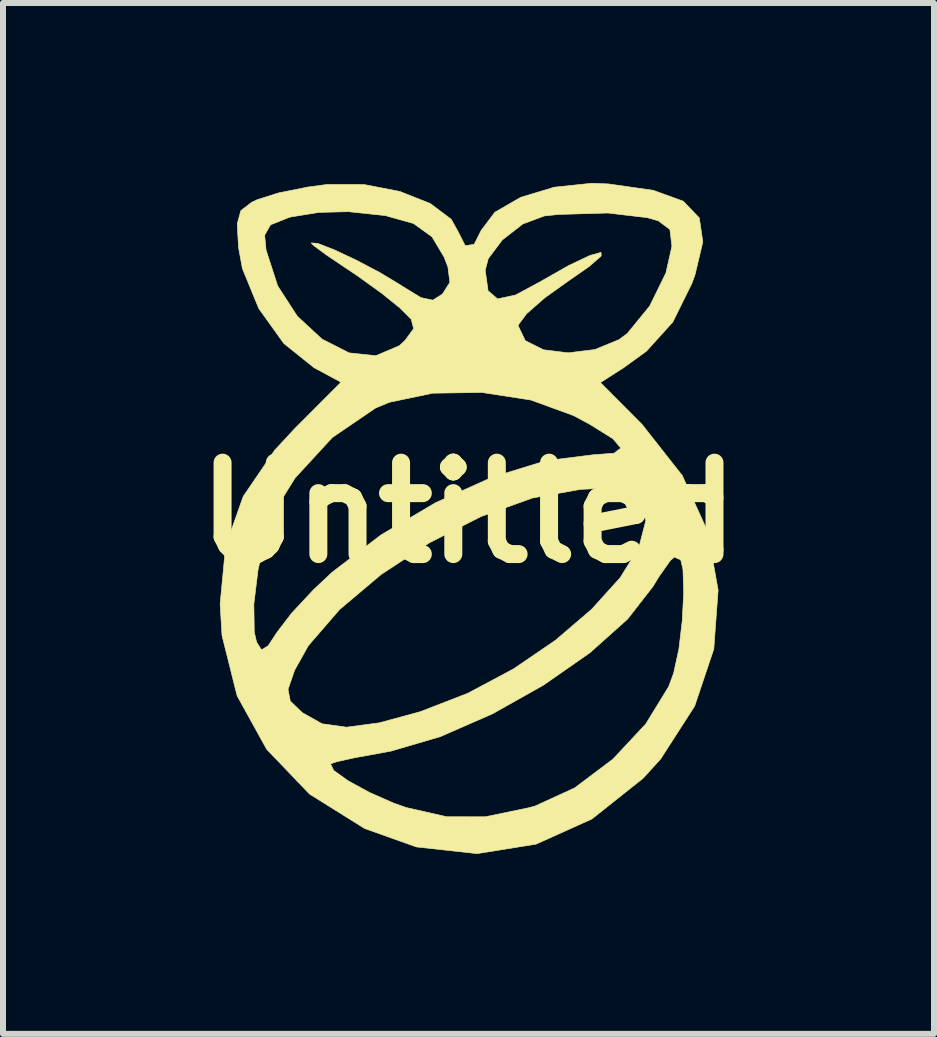
<source format=kicad_pcb>
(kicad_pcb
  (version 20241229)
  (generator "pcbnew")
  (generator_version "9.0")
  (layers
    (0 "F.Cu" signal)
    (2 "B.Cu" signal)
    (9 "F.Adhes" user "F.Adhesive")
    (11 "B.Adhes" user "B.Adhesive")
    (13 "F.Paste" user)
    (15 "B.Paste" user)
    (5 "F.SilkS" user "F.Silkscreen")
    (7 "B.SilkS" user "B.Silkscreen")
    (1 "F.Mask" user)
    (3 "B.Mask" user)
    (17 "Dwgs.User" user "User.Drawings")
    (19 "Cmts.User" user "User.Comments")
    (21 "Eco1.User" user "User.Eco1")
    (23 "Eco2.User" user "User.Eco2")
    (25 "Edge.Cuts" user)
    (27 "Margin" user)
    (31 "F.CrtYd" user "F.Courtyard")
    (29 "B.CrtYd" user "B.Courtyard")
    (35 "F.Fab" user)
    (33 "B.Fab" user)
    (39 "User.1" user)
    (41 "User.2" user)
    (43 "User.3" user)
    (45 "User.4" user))
  (footprint "Untitled"
    (layer "F.Cu")
    (at 4.761 5.498)
    (property "Reference" "Untitled" (at 0 0 0) (layer "F.SilkS") (effects (font (size 1.524 1.524) (thickness 0.3))))
    (attr through_hole)
    (fp_poly (pts (xy 2.331 -5.482) (xy 3.081 -5.375) (xy 3.579 -5.194) (xy 3.847 -4.916) (xy 3.906 -4.515) (xy 3.776 -3.967) (xy 3.724 -3.824) (xy 3.406 -3.18) (xy 2.968 -2.695) (xy 2.583 -2.416) (xy 2.198 -2.17) (xy 2.895 -1.47) (xy 3.564 -0.619) (xy 3.986 0.313) (xy 4.161 1.289) (xy 4.089 2.272) (xy 3.77 3.223) (xy 3.203 4.105) (xy 2.909 4.428) (xy 2.056 5.106) (xy 1.126 5.525) (xy 0.143 5.683) (xy -0.868 5.572) (xy -1.731 5.265) (xy -2.651 4.69) (xy -3.132 4.187) (xy -2.301 4.187) (xy -2.248 4.296) (xy -2.009 4.468) (xy -1.653 4.662) (xy -1.251 4.84) (xy -1.038 4.915) (xy -0.365 5.068) (xy 0.279 5.069) (xy 1.014 4.916) (xy 1.114 4.888) (xy 1.77 4.587) (xy 2.408 4.107) (xy 2.955 3.521) (xy 3.336 2.9) (xy 3.419 2.676) (xy 3.507 2.274) (xy 3.563 1.8) (xy 3.587 1.333) (xy 3.575 0.947) (xy 3.524 0.721) (xy 3.486 0.691) (xy 3.361 0.801) (xy 3.167 1.077) (xy 3.076 1.228) (xy 2.653 1.772) (xy 2.024 2.334) (xy 1.251 2.873) (xy 0.398 3.353) (xy -0.471 3.733) (xy -1.293 3.974) (xy -1.449 4.003) (xy -1.886 4.082) (xy -2.198 4.151) (xy -2.301 4.187) (xy -3.132 4.187) (xy -3.365 3.944) (xy -3.857 3.054) (xy -3.885 2.945) (xy -3.009 2.945) (xy -2.972 3.139) (xy -2.771 3.333) (xy -2.442 3.518) (xy -2.034 3.575) (xy -1.491 3.503) (xy -0.808 3.318) (xy -0.013 3.01) (xy 0.752 2.602) (xy 1.452 2.124) (xy 2.055 1.607) (xy 2.529 1.082) (xy 2.839 0.581) (xy 2.955 0.133) (xy 2.889 -0.156) (xy 2.773 -0.314) (xy 2.591 -0.392) (xy 2.269 -0.409) (xy 1.863 -0.389) (xy 1.067 -0.246) (xy 0.209 0.063) (xy -0.652 0.501) (xy -1.458 1.03) (xy -2.151 1.615) (xy -2.671 2.217) (xy -2.901 2.628) (xy -3.009 2.945) (xy -3.885 2.945) (xy -4.11 2.046) (xy -4.141 1.522) (xy -3.579 1.522) (xy -3.572 1.989) (xy -3.533 2.157) (xy -3.451 2.287) (xy -3.34 2.217) (xy -3.189 1.988) (xy -2.947 1.672) (xy -2.582 1.281) (xy -2.275 0.993) (xy -1.461 0.371) (xy -0.55 -0.167) (xy 0.39 -0.59) (xy 1.288 -0.867) (xy 2.074 -0.966) (xy 2.074 -0.966) (xy 2.426 -0.992) (xy 2.539 -1.078) (xy 2.408 -1.233) (xy 2.027 -1.471) (xy 1.75 -1.62) (xy 1.04 -1.879) (xy 0.224 -2.005) (xy -0.596 -1.993) (xy -1.322 -1.841) (xy -1.551 -1.745) (xy -2.27 -1.255) (xy -2.891 -0.58) (xy -3.199 -0.086) (xy -3.378 0.382) (xy -3.509 0.952) (xy -3.579 1.522) (xy -4.141 1.522) (xy -4.141 1.518) (xy -4.05 0.559) (xy -3.756 -0.272) (xy -3.232 -1.042) (xy -2.902 -1.398) (xy -2.126 -2.176) (xy -2.575 -2.418) (xy -3.079 -2.822) (xy -3.497 -3.405) (xy -3.77 -4.071) (xy -3.834 -4.421) (xy -3.846 -4.627) (xy -3.399 -4.627) (xy -3.375 -4.379) (xy -3.182 -3.782) (xy -2.855 -3.277) (xy -2.443 -2.895) (xy -1.99 -2.665) (xy -1.545 -2.618) (xy -1.152 -2.785) (xy -1.057 -2.875) (xy -0.915 -3.069) (xy -0.956 -3.227) (xy -1.139 -3.41) (xy -1.445 -3.657) (xy -1.856 -3.953) (xy -2.036 -4.073) (xy -2.37 -4.298) (xy -2.583 -4.456) (xy -2.623 -4.498) (xy -2.515 -4.491) (xy -2.24 -4.384) (xy -1.871 -4.211) (xy -1.482 -4.006) (xy -1.147 -3.805) (xy -1.117 -3.784) (xy -0.793 -3.586) (xy -0.596 -3.544) (xy -0.439 -3.643) (xy -0.432 -3.65) (xy -0.311 -3.841) (xy -0.337 -4.044) (xy 0.278 -4.044) (xy 0.326 -3.7) (xy 0.484 -3.565) (xy 0.784 -3.63) (xy 1.186 -3.846) (xy 1.673 -4.123) (xy 2.021 -4.288) (xy 2.209 -4.341) (xy 2.212 -4.28) (xy 2.007 -4.102) (xy 1.691 -3.883) (xy 1.273 -3.585) (xy 0.967 -3.317) (xy 0.83 -3.132) (xy 0.828 -3.116) (xy 0.946 -2.869) (xy 1.249 -2.717) (xy 1.661 -2.666) (xy 2.107 -2.721) (xy 2.51 -2.887) (xy 2.648 -2.99) (xy 3.02 -3.446) (xy 3.291 -3.998) (xy 3.391 -4.445) (xy 3.357 -4.722) (xy 3.164 -4.867) (xy 2.982 -4.919) (xy 2.322 -4.997) (xy 1.503 -4.973) (xy 1.264 -4.948) (xy 0.905 -4.814) (xy 0.563 -4.548) (xy 0.329 -4.236) (xy 0.278 -4.044) (xy -0.337 -4.044) (xy -0.343 -4.095) (xy -0.406 -4.26) (xy -0.609 -4.6) (xy -0.917 -4.822) (xy -1.388 -4.954) (xy -2.002 -5.019) (xy -2.493 -5.007) (xy -2.958 -4.932) (xy -3 -4.92) (xy -3.301 -4.8) (xy -3.399 -4.627) (xy -3.846 -4.627) (xy -3.856 -4.817) (xy -3.796 -5.036) (xy -3.618 -5.174) (xy -3.52 -5.22) (xy -3.17 -5.331) (xy -2.679 -5.43) (xy -2.356 -5.473) (xy -1.743 -5.472) (xy -1.147 -5.357) (xy -0.639 -5.156) (xy -0.289 -4.893) (xy -0.179 -4.696) (xy -0.055 -4.451) (xy 0.094 -4.475) (xy 0.211 -4.707) (xy 0.438 -5.009) (xy 0.869 -5.258) (xy 1.432 -5.428) (xy 2.056 -5.493) (xy 2.331 -5.482)) (stroke (width 0.01) (type solid)) (fill yes) (layer "F.SilkS")))
  (gr_rect
    (start -3 -3)
    (end 12.521 14.186)
    (stroke (width 0.1) (type default))
    (fill no)
    (layer "Edge.Cuts")))
</source>
